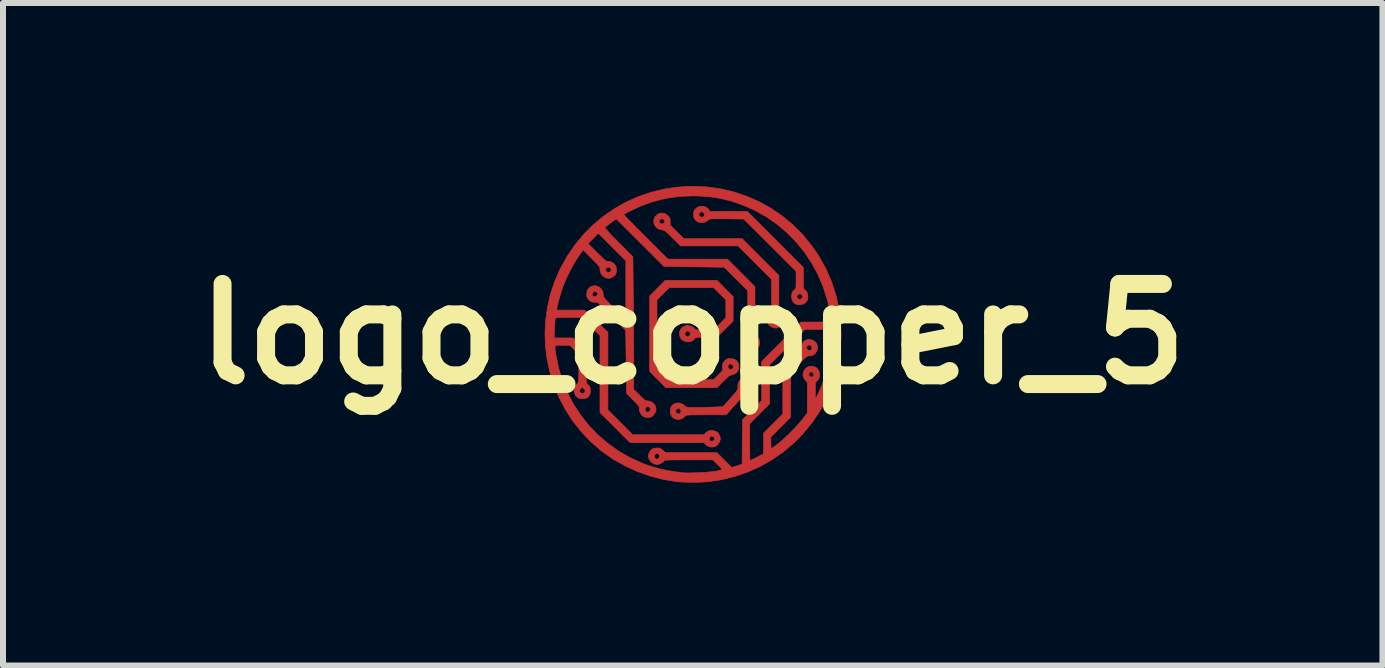
<source format=kicad_pcb>
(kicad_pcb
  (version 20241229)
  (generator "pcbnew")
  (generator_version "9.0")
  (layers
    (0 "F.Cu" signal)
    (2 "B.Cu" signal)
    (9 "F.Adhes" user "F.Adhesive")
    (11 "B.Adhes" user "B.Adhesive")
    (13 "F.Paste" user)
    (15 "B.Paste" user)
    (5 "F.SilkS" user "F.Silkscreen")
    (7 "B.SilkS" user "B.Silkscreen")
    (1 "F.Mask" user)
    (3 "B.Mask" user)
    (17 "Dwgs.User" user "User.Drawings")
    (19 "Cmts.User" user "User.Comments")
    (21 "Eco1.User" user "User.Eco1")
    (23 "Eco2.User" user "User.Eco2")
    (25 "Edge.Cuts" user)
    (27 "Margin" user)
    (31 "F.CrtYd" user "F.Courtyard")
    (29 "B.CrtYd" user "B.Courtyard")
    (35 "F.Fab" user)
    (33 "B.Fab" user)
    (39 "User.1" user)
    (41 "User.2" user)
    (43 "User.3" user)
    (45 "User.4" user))
  (footprint "logo_copper_5"
    (layer "F.Cu")
    (at 8.498 2.518)
    (property "Reference" "logo_copper_5" (at 0 0 0) (layer "F.SilkS") (effects (font (size 1.524 1.524) (thickness 0.3))))
    (attr through_hole)
    (fp_poly (pts (xy -0.452 -2.001) (xy -0.412 -1.971) (xy -0.39 -1.947) (xy -0.379 -1.923) (xy -0.376 -1.892) (xy -0.375 -1.875) (xy -0.375 -1.815) (xy -0.261 -1.703) (xy -0.147 -1.59) (xy 0.823 -1.59) (xy 1.129 -1.284) (xy 1.436 -0.977) (xy 1.436 -0.38) (xy 1.469 -0.348) (xy 1.502 -0.305) (xy 1.516 -0.259) (xy 1.514 -0.213) (xy 1.499 -0.171) (xy 1.472 -0.136) (xy 1.437 -0.111) (xy 1.394 -0.099) (xy 1.347 -0.103) (xy 1.306 -0.121) (xy 1.269 -0.155) (xy 1.244 -0.198) (xy 1.237 -0.238) (xy 1.237 -0.238) (xy 1.33 -0.238) (xy 1.335 -0.223) (xy 1.346 -0.211) (xy 1.366 -0.193) (xy 1.38 -0.189) (xy 1.4 -0.197) (xy 1.403 -0.199) (xy 1.421 -0.218) (xy 1.424 -0.244) (xy 1.414 -0.268) (xy 1.395 -0.284) (xy 1.374 -0.285) (xy 1.354 -0.274) (xy 1.34 -0.258) (xy 1.33 -0.238) (xy 1.237 -0.238) (xy 1.243 -0.274) (xy 1.258 -0.311) (xy 1.279 -0.342) (xy 1.294 -0.354) (xy 1.3 -0.359) (xy 1.305 -0.367) (xy 1.309 -0.381) (xy 1.311 -0.404) (xy 1.313 -0.438) (xy 1.314 -0.487) (xy 1.314 -0.552) (xy 1.314 -0.636) (xy 1.314 -0.911) (xy 1.035 -1.19) (xy 0.756 -1.469) (xy -0.205 -1.469) (xy -0.337 -1.601) (xy -0.388 -1.652) (xy -0.427 -1.689) (xy -0.456 -1.713) (xy -0.477 -1.727) (xy -0.494 -1.733) (xy -0.5 -1.734) (xy -0.554 -1.743) (xy -0.598 -1.769) (xy -0.631 -1.806) (xy -0.648 -1.852) (xy -0.648 -1.866) (xy -0.557 -1.866) (xy -0.552 -1.855) (xy -0.532 -1.838) (xy -0.505 -1.836) (xy -0.48 -1.847) (xy -0.471 -1.858) (xy -0.465 -1.883) (xy -0.478 -1.905) (xy -0.505 -1.919) (xy -0.511 -1.919) (xy -0.539 -1.914) (xy -0.556 -1.894) (xy -0.557 -1.866) (xy -0.648 -1.866) (xy -0.649 -1.902) (xy -0.63 -1.952) (xy -0.629 -1.953) (xy -0.594 -1.991) (xy -0.55 -2.012) (xy -0.501 -2.016) (xy -0.452 -2.001)) (stroke (width 0.01) (type solid)) (fill yes) (layer "F.Cu"))
    (fp_poly (pts (xy 0.204 -2.122) (xy 0.247 -2.097) (xy 0.269 -2.071) (xy 0.288 -2.043) (xy 0.911 -2.043) (xy 1.378 -1.576) (xy 1.844 -1.11) (xy 1.844 -0.931) (xy 1.844 -0.864) (xy 1.845 -0.816) (xy 1.847 -0.783) (xy 1.85 -0.762) (xy 1.855 -0.75) (xy 1.862 -0.743) (xy 1.866 -0.74) (xy 1.895 -0.713) (xy 1.914 -0.673) (xy 1.921 -0.625) (xy 1.915 -0.577) (xy 1.905 -0.552) (xy 1.875 -0.517) (xy 1.833 -0.495) (xy 1.783 -0.486) (xy 1.733 -0.493) (xy 1.709 -0.503) (xy 1.676 -0.532) (xy 1.655 -0.573) (xy 1.647 -0.619) (xy 1.648 -0.632) (xy 1.737 -0.632) (xy 1.738 -0.609) (xy 1.751 -0.592) (xy 1.776 -0.576) (xy 1.799 -0.581) (xy 1.817 -0.597) (xy 1.831 -0.619) (xy 1.826 -0.638) (xy 1.802 -0.665) (xy 1.777 -0.67) (xy 1.757 -0.658) (xy 1.737 -0.632) (xy 1.648 -0.632) (xy 1.65 -0.666) (xy 1.667 -0.707) (xy 1.696 -0.737) (xy 1.701 -0.74) (xy 1.71 -0.746) (xy 1.716 -0.757) (xy 1.72 -0.775) (xy 1.722 -0.805) (xy 1.723 -0.851) (xy 1.723 -0.898) (xy 1.723 -1.044) (xy 1.287 -1.48) (xy 0.85 -1.916) (xy 0.568 -1.92) (xy 0.481 -1.921) (xy 0.414 -1.921) (xy 0.363 -1.921) (xy 0.327 -1.92) (xy 0.301 -1.918) (xy 0.284 -1.915) (xy 0.272 -1.91) (xy 0.264 -1.904) (xy 0.261 -1.902) (xy 0.21 -1.868) (xy 0.155 -1.855) (xy 0.1 -1.862) (xy 0.077 -1.872) (xy 0.042 -1.902) (xy 0.019 -1.944) (xy 0.012 -1.988) (xy 0.102 -1.988) (xy 0.115 -1.966) (xy 0.141 -1.947) (xy 0.164 -1.948) (xy 0.181 -1.961) (xy 0.197 -1.985) (xy 0.192 -2.009) (xy 0.176 -2.027) (xy 0.15 -2.04) (xy 0.125 -2.03) (xy 0.106 -2.007) (xy 0.102 -1.988) (xy 0.012 -1.988) (xy 0.011 -1.993) (xy 0.019 -2.042) (xy 0.029 -2.065) (xy 0.063 -2.102) (xy 0.107 -2.124) (xy 0.156 -2.131) (xy 0.204 -2.122)) (stroke (width 0.01) (type solid)) (fill yes) (layer "F.Cu"))
    (fp_poly (pts (xy 0.933 0.735) (xy 0.975 0.755) (xy 1.007 0.789) (xy 1.01 0.795) (xy 1.027 0.846) (xy 1.025 0.897) (xy 1.007 0.942) (xy 0.975 0.978) (xy 0.933 1) (xy 0.896 1.005) (xy 0.883 1.007) (xy 0.868 1.014) (xy 0.85 1.027) (xy 0.825 1.05) (xy 0.793 1.085) (xy 0.749 1.132) (xy 0.71 1.176) (xy 0.558 1.347) (xy 0.224 1.347) (xy 0.129 1.347) (xy 0.054 1.348) (xy -0.004 1.348) (xy -0.047 1.35) (xy -0.078 1.352) (xy -0.099 1.354) (xy -0.112 1.358) (xy -0.12 1.363) (xy -0.124 1.367) (xy -0.161 1.402) (xy -0.21 1.421) (xy -0.262 1.423) (xy -0.31 1.408) (xy -0.349 1.376) (xy -0.37 1.33) (xy -0.375 1.292) (xy -0.286 1.292) (xy -0.269 1.319) (xy -0.244 1.333) (xy -0.219 1.326) (xy -0.203 1.307) (xy -0.193 1.288) (xy -0.198 1.272) (xy -0.208 1.258) (xy -0.226 1.241) (xy -0.243 1.239) (xy -0.258 1.245) (xy -0.282 1.265) (xy -0.286 1.292) (xy -0.375 1.292) (xy -0.375 1.284) (xy -0.369 1.231) (xy -0.346 1.192) (xy -0.309 1.165) (xy -0.257 1.149) (xy -0.205 1.153) (xy -0.157 1.174) (xy -0.124 1.206) (xy -0.114 1.213) (xy -0.096 1.219) (xy -0.068 1.223) (xy -0.028 1.225) (xy 0.027 1.226) (xy 0.097 1.225) (xy 0.185 1.223) (xy 0.293 1.219) (xy 0.317 1.219) (xy 0.506 1.211) (xy 0.631 1.07) (xy 0.676 1.018) (xy 0.709 0.98) (xy 0.731 0.952) (xy 0.744 0.931) (xy 0.751 0.914) (xy 0.753 0.898) (xy 0.752 0.879) (xy 0.752 0.879) (xy 0.753 0.872) (xy 0.842 0.872) (xy 0.855 0.894) (xy 0.878 0.913) (xy 0.898 0.913) (xy 0.918 0.898) (xy 0.936 0.875) (xy 0.933 0.853) (xy 0.916 0.833) (xy 0.89 0.821) (xy 0.865 0.83) (xy 0.846 0.853) (xy 0.842 0.872) (xy 0.753 0.872) (xy 0.755 0.835) (xy 0.767 0.797) (xy 0.767 0.796) (xy 0.797 0.76) (xy 0.838 0.738) (xy 0.885 0.729) (xy 0.933 0.735)) (stroke (width 0.01) (type solid)) (fill yes) (layer "F.Cu"))
    (fp_poly (pts (xy 0.674 -0.624) (xy 0.674 -0.215) (xy 0.403 0.055) (xy 0.224 0.055) (xy 0.157 0.055) (xy 0.109 0.056) (xy 0.076 0.058) (xy 0.055 0.061) (xy 0.043 0.066) (xy 0.036 0.073) (xy 0.033 0.077) (xy 0.005 0.108) (xy -0.035 0.126) (xy -0.081 0.132) (xy -0.128 0.124) (xy -0.169 0.105) (xy -0.2 0.073) (xy -0.204 0.067) (xy -0.221 0.014) (xy -0.22 -0.014) (xy -0.13 -0.014) (xy -0.128 0.01) (xy -0.115 0.027) (xy -0.091 0.043) (xy -0.067 0.037) (xy -0.049 0.021) (xy -0.036 -0.00031) (xy -0.04 -0.019) (xy -0.064 -0.046) (xy -0.089 -0.051) (xy -0.11 -0.039) (xy -0.13 -0.014) (xy -0.22 -0.014) (xy -0.219 -0.037) (xy -0.2 -0.082) (xy -0.166 -0.117) (xy -0.12 -0.139) (xy -0.082 -0.144) (xy -0.045 -0.138) (xy -0.008 -0.122) (xy 0.022 -0.102) (xy 0.037 -0.083) (xy 0.044 -0.076) (xy 0.059 -0.071) (xy 0.086 -0.068) (xy 0.128 -0.067) (xy 0.189 -0.066) (xy 0.196 -0.066) (xy 0.349 -0.066) (xy 0.451 -0.17) (xy 0.552 -0.273) (xy 0.552 -0.569) (xy 0.347 -0.773) (xy -0.392 -0.773) (xy -0.494 -0.671) (xy -0.596 -0.568) (xy -0.596 0.558) (xy -0.494 0.66) (xy -0.392 0.762) (xy 0.348 0.762) (xy 0.497 0.612) (xy 0.497 0.548) (xy 0.497 0.533) (xy 0.587 0.533) (xy 0.592 0.561) (xy 0.604 0.576) (xy 0.623 0.593) (xy 0.64 0.593) (xy 0.662 0.574) (xy 0.663 0.573) (xy 0.679 0.555) (xy 0.678 0.54) (xy 0.67 0.527) (xy 0.646 0.503) (xy 0.619 0.5) (xy 0.601 0.508) (xy 0.587 0.533) (xy 0.497 0.533) (xy 0.498 0.51) (xy 0.504 0.484) (xy 0.519 0.463) (xy 0.535 0.446) (xy 0.562 0.422) (xy 0.589 0.411) (xy 0.623 0.409) (xy 0.682 0.416) (xy 0.725 0.439) (xy 0.755 0.479) (xy 0.756 0.481) (xy 0.77 0.533) (xy 0.766 0.584) (xy 0.745 0.628) (xy 0.709 0.661) (xy 0.661 0.68) (xy 0.655 0.681) (xy 0.634 0.686) (xy 0.613 0.695) (xy 0.59 0.712) (xy 0.559 0.74) (xy 0.518 0.78) (xy 0.507 0.791) (xy 0.404 0.895) (xy -0.448 0.895) (xy -0.583 0.759) (xy -0.718 0.624) (xy -0.718 -0.635) (xy -0.588 -0.765) (xy -0.459 -0.895) (xy 0.403 -0.895) (xy 0.674 -0.624)) (stroke (width 0.01) (type solid)) (fill yes) (layer "F.Cu"))
    (fp_poly (pts (xy 0.238 -2.452) (xy 0.466 -2.42) (xy 0.687 -2.368) (xy 0.901 -2.296) (xy 1.107 -2.206) (xy 1.303 -2.097) (xy 1.488 -1.971) (xy 1.661 -1.828) (xy 1.821 -1.67) (xy 1.967 -1.495) (xy 2.098 -1.307) (xy 2.212 -1.104) (xy 2.22 -1.088) (xy 2.312 -0.878) (xy 2.383 -0.661) (xy 2.434 -0.439) (xy 2.464 -0.214) (xy 2.474 0.012) (xy 2.463 0.239) (xy 2.432 0.463) (xy 2.38 0.685) (xy 2.308 0.901) (xy 2.226 1.088) (xy 2.115 1.292) (xy 1.986 1.482) (xy 1.842 1.658) (xy 1.683 1.819) (xy 1.51 1.965) (xy 1.325 2.094) (xy 1.128 2.206) (xy 0.921 2.299) (xy 0.704 2.374) (xy 0.48 2.429) (xy 0.263 2.462) (xy 0.195 2.467) (xy 0.112 2.471) (xy 0.02 2.472) (xy -0.073 2.471) (xy -0.161 2.469) (xy -0.238 2.464) (xy -0.271 2.461) (xy -0.49 2.425) (xy -0.707 2.369) (xy -0.92 2.294) (xy -1.126 2.2) (xy -1.322 2.09) (xy -1.504 1.963) (xy -1.541 1.934) (xy -1.712 1.783) (xy -1.867 1.618) (xy -2.005 1.442) (xy -2.125 1.255) (xy -2.228 1.059) (xy -2.312 0.855) (xy -2.378 0.645) (xy -2.426 0.431) (xy -2.454 0.212) (xy -2.46 0.066) (xy -2.311 0.066) (xy -1.994 0.066) (xy -1.886 0.174) (xy -1.778 0.281) (xy -1.778 0.549) (xy -1.778 0.633) (xy -1.777 0.698) (xy -1.776 0.746) (xy -1.775 0.78) (xy -1.772 0.803) (xy -1.768 0.817) (xy -1.763 0.826) (xy -1.758 0.83) (xy -1.723 0.868) (xy -1.705 0.914) (xy -1.702 0.963) (xy -1.716 1.01) (xy -1.744 1.049) (xy -1.769 1.067) (xy -1.809 1.079) (xy -1.857 1.08) (xy -1.902 1.07) (xy -1.911 1.066) (xy -1.947 1.035) (xy -1.969 0.994) (xy -1.976 0.945) (xy -1.976 0.944) (xy -1.888 0.944) (xy -1.88 0.966) (xy -1.86 0.985) (xy -1.84 0.994) (xy -1.822 0.986) (xy -1.806 0.972) (xy -1.793 0.955) (xy -1.794 0.94) (xy -1.804 0.922) (xy -1.822 0.902) (xy -1.838 0.895) (xy -1.86 0.903) (xy -1.88 0.923) (xy -1.888 0.944) (xy -1.976 0.944) (xy -1.969 0.896) (xy -1.946 0.851) (xy -1.922 0.826) (xy -1.915 0.818) (xy -1.909 0.809) (xy -1.905 0.794) (xy -1.902 0.77) (xy -1.901 0.736) (xy -1.9 0.687) (xy -1.9 0.621) (xy -1.899 0.572) (xy -1.899 0.337) (xy -1.974 0.263) (xy -2.048 0.188) (xy -2.173 0.188) (xy -2.224 0.187) (xy -2.26 0.188) (xy -2.283 0.194) (xy -2.294 0.208) (xy -2.296 0.233) (xy -2.292 0.273) (xy -2.283 0.331) (xy -2.28 0.347) (xy -2.237 0.565) (xy -2.173 0.775) (xy -2.089 0.977) (xy -1.987 1.17) (xy -1.868 1.352) (xy -1.733 1.523) (xy -1.582 1.68) (xy -1.417 1.822) (xy -1.239 1.95) (xy -1.048 2.06) (xy -0.846 2.152) (xy -0.801 2.17) (xy -0.712 2.201) (xy -0.612 2.23) (xy -0.509 2.256) (xy -0.41 2.278) (xy -0.321 2.293) (xy -0.298 2.296) (xy -0.248 2.302) (xy -0.203 2.307) (xy -0.17 2.311) (xy -0.16 2.313) (xy -0.126 2.315) (xy -0.075 2.316) (xy -0.012 2.315) (xy 0.059 2.313) (xy 0.133 2.31) (xy 0.206 2.305) (xy 0.271 2.3) (xy 0.325 2.295) (xy 0.348 2.292) (xy 0.41 2.282) (xy 0.453 2.274) (xy 0.476 2.266) (xy 0.483 2.255) (xy 0.474 2.238) (xy 0.451 2.213) (xy 0.418 2.18) (xy 0.337 2.098) (xy -0.068 2.098) (xy -0.174 2.098) (xy -0.261 2.099) (xy -0.33 2.099) (xy -0.383 2.101) (xy -0.422 2.102) (xy -0.449 2.104) (xy -0.466 2.107) (xy -0.475 2.111) (xy -0.479 2.115) (xy -0.496 2.136) (xy -0.528 2.156) (xy -0.565 2.171) (xy -0.596 2.175) (xy -0.646 2.165) (xy -0.689 2.138) (xy -0.722 2.097) (xy -0.739 2.049) (xy -0.739 2.044) (xy -0.638 2.044) (xy -0.628 2.069) (xy -0.623 2.073) (xy -0.604 2.084) (xy -0.596 2.087) (xy -0.583 2.081) (xy -0.57 2.073) (xy -0.555 2.052) (xy -0.555 2.027) (xy -0.566 2.005) (xy -0.585 1.991) (xy -0.609 1.991) (xy -0.616 1.995) (xy -0.634 2.016) (xy -0.638 2.044) (xy -0.739 2.044) (xy -0.74 2.031) (xy -0.732 1.993) (xy -0.711 1.953) (xy -0.684 1.923) (xy -0.673 1.916) (xy -0.642 1.905) (xy -0.603 1.9) (xy -0.591 1.899) (xy -0.556 1.902) (xy -0.529 1.914) (xy -0.498 1.938) (xy -0.456 1.977) (xy 0.403 1.977) (xy 0.527 2.101) (xy 0.651 2.224) (xy 0.737 2.197) (xy 0.823 2.169) (xy 0.826 1.799) (xy 0.828 1.496) (xy 0.95 1.496) (xy 0.95 1.803) (xy 0.95 1.882) (xy 0.951 1.954) (xy 0.952 2.016) (xy 0.953 2.064) (xy 0.954 2.096) (xy 0.956 2.109) (xy 0.956 2.109) (xy 0.968 2.105) (xy 0.995 2.092) (xy 1.034 2.073) (xy 1.072 2.053) (xy 1.182 1.997) (xy 1.182 1.651) (xy 1.342 1.491) (xy 1.502 1.331) (xy 1.502 0.579) (xy 1.655 0.427) (xy 1.708 0.374) (xy 1.747 0.333) (xy 1.774 0.303) (xy 1.791 0.281) (xy 1.8 0.265) (xy 1.803 0.252) (xy 1.803 0.244) (xy 1.803 0.234) (xy 1.9 0.234) (xy 1.91 0.259) (xy 1.931 0.274) (xy 1.944 0.276) (xy 1.967 0.269) (xy 1.975 0.263) (xy 1.988 0.238) (xy 1.985 0.212) (xy 1.97 0.191) (xy 1.946 0.182) (xy 1.922 0.188) (xy 1.903 0.208) (xy 1.9 0.234) (xy 1.803 0.234) (xy 1.806 0.2) (xy 1.825 0.156) (xy 1.856 0.12) (xy 1.868 0.111) (xy 1.918 0.092) (xy 1.969 0.092) (xy 2.016 0.109) (xy 2.054 0.142) (xy 2.072 0.173) (xy 2.084 0.226) (xy 2.073 0.277) (xy 2.042 0.324) (xy 2.038 0.328) (xy 2.009 0.352) (xy 1.981 0.363) (xy 1.953 0.364) (xy 1.935 0.365) (xy 1.919 0.368) (xy 1.903 0.376) (xy 1.882 0.392) (xy 1.855 0.416) (xy 1.818 0.452) (xy 1.77 0.5) (xy 1.634 0.635) (xy 1.634 1.386) (xy 1.303 1.717) (xy 1.303 1.814) (xy 1.304 1.857) (xy 1.306 1.89) (xy 1.308 1.908) (xy 1.309 1.911) (xy 1.32 1.904) (xy 1.345 1.887) (xy 1.379 1.863) (xy 1.406 1.842) (xy 1.461 1.798) (xy 1.526 1.74) (xy 1.596 1.674) (xy 1.666 1.603) (xy 1.733 1.533) (xy 1.792 1.468) (xy 1.838 1.411) (xy 1.842 1.406) (xy 1.911 1.315) (xy 1.911 0.809) (xy 1.878 0.773) (xy 1.847 0.728) (xy 1.838 0.683) (xy 1.935 0.683) (xy 1.948 0.705) (xy 1.973 0.716) (xy 1.987 0.716) (xy 2.008 0.709) (xy 2.015 0.691) (xy 2.015 0.68) (xy 2.008 0.65) (xy 1.99 0.633) (xy 1.966 0.632) (xy 1.957 0.636) (xy 1.938 0.658) (xy 1.935 0.683) (xy 1.838 0.683) (xy 1.837 0.68) (xy 1.848 0.626) (xy 1.853 0.616) (xy 1.883 0.573) (xy 1.924 0.545) (xy 1.971 0.535) (xy 2.02 0.541) (xy 2.066 0.566) (xy 2.076 0.576) (xy 2.105 0.618) (xy 2.116 0.667) (xy 2.112 0.716) (xy 2.092 0.76) (xy 2.07 0.783) (xy 2.059 0.792) (xy 2.051 0.804) (xy 2.047 0.82) (xy 2.044 0.847) (xy 2.044 0.888) (xy 2.044 0.946) (xy 2.044 1.088) (xy 2.086 1.005) (xy 2.139 0.889) (xy 2.188 0.758) (xy 2.232 0.619) (xy 2.267 0.478) (xy 2.292 0.347) (xy 2.299 0.293) (xy 2.305 0.225) (xy 2.311 0.152) (xy 2.315 0.082) (xy 2.315 0.08) (xy 2.323 -0.077) (xy 1.872 -0.077) (xy 1.576 0.218) (xy 1.281 0.514) (xy 1.281 1.165) (xy 0.95 1.496) (xy 0.828 1.496) (xy 0.829 1.43) (xy 0.989 1.27) (xy 1.149 1.11) (xy 1.149 0.458) (xy 1.477 0.13) (xy 1.806 -0.199) (xy 2.051 -0.199) (xy 2.127 -0.199) (xy 2.194 -0.201) (xy 2.246 -0.203) (xy 2.283 -0.205) (xy 2.301 -0.208) (xy 2.302 -0.209) (xy 2.304 -0.226) (xy 2.301 -0.26) (xy 2.295 -0.308) (xy 2.286 -0.365) (xy 2.275 -0.427) (xy 2.262 -0.49) (xy 2.248 -0.55) (xy 2.243 -0.57) (xy 2.175 -0.784) (xy 2.088 -0.99) (xy 1.983 -1.184) (xy 1.861 -1.367) (xy 1.722 -1.537) (xy 1.568 -1.693) (xy 1.4 -1.834) (xy 1.219 -1.959) (xy 1.026 -2.066) (xy 0.821 -2.155) (xy 0.813 -2.158) (xy 0.641 -2.216) (xy 0.474 -2.258) (xy 0.305 -2.285) (xy 0.128 -2.299) (xy 0.006 -2.302) (xy -0.181 -2.296) (xy -0.354 -2.277) (xy -0.522 -2.245) (xy -0.69 -2.198) (xy -0.802 -2.158) (xy -0.849 -2.14) (xy -0.903 -2.117) (xy -0.959 -2.091) (xy -1.014 -2.065) (xy -1.064 -2.041) (xy -1.106 -2.019) (xy -1.135 -2.002) (xy -1.148 -1.992) (xy -1.149 -1.991) (xy -1.141 -1.981) (xy -1.119 -1.958) (xy -1.085 -1.922) (xy -1.04 -1.876) (xy -0.985 -1.82) (xy -0.922 -1.756) (xy -0.852 -1.686) (xy -0.781 -1.615) (xy -0.414 -1.248) (xy 0.58 -1.248) (xy 0.809 -1.019) (xy 1.038 -0.789) (xy 1.038 0.003) (xy 1.077 0.046) (xy 1.107 0.091) (xy 1.117 0.138) (xy 1.112 0.182) (xy 1.093 0.222) (xy 1.063 0.254) (xy 1.026 0.276) (xy 0.982 0.285) (xy 0.936 0.277) (xy 0.89 0.252) (xy 0.882 0.245) (xy 0.855 0.207) (xy 0.842 0.161) (xy 0.842 0.155) (xy 0.934 0.155) (xy 0.939 0.166) (xy 0.959 0.183) (xy 0.986 0.185) (xy 1.011 0.173) (xy 1.02 0.163) (xy 1.026 0.138) (xy 1.013 0.116) (xy 0.986 0.102) (xy 0.98 0.101) (xy 0.952 0.107) (xy 0.935 0.127) (xy 0.934 0.155) (xy 0.842 0.155) (xy 0.844 0.113) (xy 0.859 0.068) (xy 0.889 0.034) (xy 0.895 0.03) (xy 0.901 0.026) (xy 0.905 0.019) (xy 0.909 0.007) (xy 0.912 -0.011) (xy 0.914 -0.039) (xy 0.915 -0.078) (xy 0.916 -0.131) (xy 0.916 -0.2) (xy 0.917 -0.287) (xy 0.917 -0.353) (xy 0.917 -0.724) (xy 0.721 -0.918) (xy 0.525 -1.113) (xy 0.022 -1.12) (xy -0.48 -1.127) (xy -1.276 -1.921) (xy -1.364 -1.854) (xy -1.402 -1.825) (xy -1.435 -1.8) (xy -1.457 -1.783) (xy -1.463 -1.777) (xy -1.458 -1.766) (xy -1.439 -1.741) (xy -1.404 -1.702) (xy -1.355 -1.649) (xy -1.292 -1.585) (xy -1.235 -1.527) (xy -0.997 -1.287) (xy -0.99 -0.53) (xy -0.989 -0.391) (xy -0.987 -0.248) (xy -0.986 -0.107) (xy -0.985 0.032) (xy -0.985 0.164) (xy -0.984 0.287) (xy -0.983 0.397) (xy -0.983 0.491) (xy -0.983 0.567) (xy -0.983 0.574) (xy -0.983 0.923) (xy -0.886 1.019) (xy -0.844 1.06) (xy -0.813 1.088) (xy -0.791 1.105) (xy -0.772 1.113) (xy -0.754 1.115) (xy -0.751 1.115) (xy -0.7 1.125) (xy -0.658 1.152) (xy -0.627 1.192) (xy -0.612 1.24) (xy -0.613 1.279) (xy -0.627 1.314) (xy -0.651 1.349) (xy -0.657 1.355) (xy -0.683 1.378) (xy -0.708 1.389) (xy -0.743 1.391) (xy -0.749 1.391) (xy -0.79 1.388) (xy -0.821 1.376) (xy -0.838 1.364) (xy -0.867 1.329) (xy -0.886 1.287) (xy -0.888 1.274) (xy -0.792 1.274) (xy -0.778 1.295) (xy -0.751 1.303) (xy -0.728 1.296) (xy -0.72 1.29) (xy -0.707 1.265) (xy -0.709 1.241) (xy -0.722 1.221) (xy -0.742 1.21) (xy -0.766 1.215) (xy -0.774 1.221) (xy -0.791 1.247) (xy -0.792 1.274) (xy -0.888 1.274) (xy -0.892 1.246) (xy -0.89 1.233) (xy -0.89 1.22) (xy -0.898 1.204) (xy -0.916 1.181) (xy -0.945 1.149) (xy -0.988 1.105) (xy -0.993 1.1) (xy -1.102 0.992) (xy -1.117 -0.061) (xy -1.351 -0.295) (xy -1.585 -0.53) (xy -1.638 -0.53) (xy -1.675 -0.533) (xy -1.701 -0.543) (xy -1.728 -0.566) (xy -1.729 -0.568) (xy -1.753 -0.594) (xy -1.764 -0.618) (xy -1.767 -0.652) (xy -1.676 -0.652) (xy -1.667 -0.634) (xy -1.644 -0.621) (xy -1.617 -0.626) (xy -1.594 -0.647) (xy -1.593 -0.648) (xy -1.584 -0.667) (xy -1.589 -0.682) (xy -1.601 -0.696) (xy -1.62 -0.711) (xy -1.635 -0.711) (xy -1.649 -0.704) (xy -1.672 -0.679) (xy -1.676 -0.652) (xy -1.767 -0.652) (xy -1.767 -0.652) (xy -1.767 -0.662) (xy -1.76 -0.719) (xy -1.737 -0.761) (xy -1.7 -0.79) (xy -1.649 -0.805) (xy -1.599 -0.801) (xy -1.555 -0.78) (xy -1.519 -0.746) (xy -1.497 -0.699) (xy -1.491 -0.657) (xy -1.49 -0.642) (xy -1.487 -0.629) (xy -1.48 -0.613) (xy -1.466 -0.594) (xy -1.444 -0.569) (xy -1.413 -0.535) (xy -1.369 -0.491) (xy -1.312 -0.434) (xy -1.303 -0.425) (xy -1.115 -0.238) (xy -1.115 -1.221) (xy -1.574 -1.679) (xy -1.659 -1.593) (xy -1.745 -1.507) (xy -1.592 -1.355) (xy -1.534 -1.298) (xy -1.49 -1.256) (xy -1.457 -1.228) (xy -1.435 -1.213) (xy -1.423 -1.21) (xy -1.422 -1.21) (xy -1.392 -1.211) (xy -1.356 -1.2) (xy -1.32 -1.178) (xy -1.298 -1.158) (xy -1.277 -1.117) (xy -1.27 -1.067) (xy -1.277 -1.017) (xy -1.286 -0.995) (xy -1.311 -0.966) (xy -1.348 -0.942) (xy -1.388 -0.929) (xy -1.402 -0.928) (xy -1.453 -0.938) (xy -1.496 -0.966) (xy -1.528 -1.007) (xy -1.545 -1.057) (xy -1.546 -1.07) (xy -1.453 -1.07) (xy -1.446 -1.048) (xy -1.426 -1.031) (xy -1.399 -1.028) (xy -1.373 -1.039) (xy -1.372 -1.04) (xy -1.359 -1.065) (xy -1.363 -1.089) (xy -1.381 -1.107) (xy -1.409 -1.113) (xy -1.418 -1.111) (xy -1.445 -1.096) (xy -1.453 -1.07) (xy -1.546 -1.07) (xy -1.546 -1.077) (xy -1.547 -1.093) (xy -1.551 -1.109) (xy -1.56 -1.126) (xy -1.577 -1.147) (xy -1.603 -1.176) (xy -1.641 -1.215) (xy -1.686 -1.261) (xy -1.826 -1.401) (xy -1.863 -1.352) (xy -1.922 -1.268) (xy -1.983 -1.168) (xy -2.042 -1.059) (xy -2.098 -0.947) (xy -2.145 -0.837) (xy -2.158 -0.802) (xy -2.178 -0.747) (xy -2.197 -0.686) (xy -2.217 -0.621) (xy -2.234 -0.558) (xy -2.249 -0.502) (xy -2.259 -0.456) (xy -2.264 -0.426) (xy -2.264 -0.422) (xy -2.264 -0.398) (xy -1.803 -0.398) (xy -1.608 -0.214) (xy -1.414 -0.031) (xy -1.414 1.264) (xy -1.207 1.471) (xy -1 1.679) (xy 0.186 1.679) (xy 0.218 1.646) (xy 0.263 1.615) (xy 0.313 1.605) (xy 0.368 1.617) (xy 0.378 1.621) (xy 0.412 1.639) (xy 0.433 1.662) (xy 0.447 1.694) (xy 0.459 1.726) (xy 0.461 1.75) (xy 0.455 1.775) (xy 0.448 1.794) (xy 0.421 1.842) (xy 0.38 1.873) (xy 0.343 1.884) (xy 0.299 1.884) (xy 0.254 1.87) (xy 0.218 1.845) (xy 0.211 1.838) (xy 0.19 1.811) (xy -1.043 1.811) (xy -1.09 1.765) (xy 0.278 1.765) (xy 0.28 1.773) (xy 0.295 1.786) (xy 0.32 1.788) (xy 0.344 1.78) (xy 0.353 1.773) (xy 0.363 1.746) (xy 0.353 1.72) (xy 0.34 1.707) (xy 0.315 1.702) (xy 0.293 1.713) (xy 0.279 1.736) (xy 0.278 1.765) (xy -1.09 1.765) (xy -1.546 1.309) (xy -1.546 0.024) (xy -1.703 -0.126) (xy -1.861 -0.276) (xy -2.072 -0.276) (xy -2.147 -0.276) (xy -2.202 -0.275) (xy -2.241 -0.273) (xy -2.267 -0.271) (xy -2.282 -0.267) (xy -2.289 -0.261) (xy -2.29 -0.259) (xy -2.293 -0.242) (xy -2.297 -0.208) (xy -2.3 -0.16) (xy -2.303 -0.105) (xy -2.304 -0.088) (xy -2.311 0.066) (xy -2.46 0.066) (xy -2.463 -0.008) (xy -2.452 -0.229) (xy -2.421 -0.449) (xy -2.371 -0.668) (xy -2.299 -0.882) (xy -2.209 -1.088) (xy -2.096 -1.291) (xy -1.967 -1.481) (xy -1.822 -1.657) (xy -1.663 -1.817) (xy -1.491 -1.961) (xy -1.307 -2.088) (xy -1.112 -2.198) (xy -0.907 -2.29) (xy -0.693 -2.363) (xy -0.472 -2.417) (xy -0.245 -2.45) (xy -0.013 -2.463) (xy 0.006 -2.463) (xy 0.238 -2.452)) (stroke (width 0.01) (type solid)) (fill yes) (layer "F.Cu"))
    (fp_poly (pts (xy -0.452 -2.001) (xy -0.412 -1.971) (xy -0.39 -1.947) (xy -0.379 -1.923) (xy -0.376 -1.892) (xy -0.375 -1.875) (xy -0.375 -1.815) (xy -0.261 -1.703) (xy -0.147 -1.59) (xy 0.823 -1.59) (xy 1.129 -1.284) (xy 1.436 -0.977) (xy 1.436 -0.38) (xy 1.469 -0.348) (xy 1.502 -0.305) (xy 1.516 -0.259) (xy 1.514 -0.213) (xy 1.499 -0.171) (xy 1.472 -0.136) (xy 1.437 -0.111) (xy 1.394 -0.099) (xy 1.347 -0.103) (xy 1.306 -0.121) (xy 1.269 -0.155) (xy 1.244 -0.198) (xy 1.237 -0.238) (xy 1.237 -0.238) (xy 1.33 -0.238) (xy 1.335 -0.223) (xy 1.346 -0.211) (xy 1.366 -0.193) (xy 1.38 -0.189) (xy 1.4 -0.197) (xy 1.403 -0.199) (xy 1.421 -0.218) (xy 1.424 -0.244) (xy 1.414 -0.268) (xy 1.395 -0.284) (xy 1.374 -0.285) (xy 1.354 -0.274) (xy 1.34 -0.258) (xy 1.33 -0.238) (xy 1.237 -0.238) (xy 1.243 -0.274) (xy 1.258 -0.311) (xy 1.279 -0.342) (xy 1.294 -0.354) (xy 1.3 -0.359) (xy 1.305 -0.367) (xy 1.309 -0.381) (xy 1.311 -0.404) (xy 1.313 -0.438) (xy 1.314 -0.487) (xy 1.314 -0.552) (xy 1.314 -0.636) (xy 1.314 -0.911) (xy 1.035 -1.19) (xy 0.756 -1.469) (xy -0.205 -1.469) (xy -0.337 -1.601) (xy -0.388 -1.652) (xy -0.427 -1.689) (xy -0.456 -1.713) (xy -0.477 -1.727) (xy -0.494 -1.733) (xy -0.5 -1.734) (xy -0.554 -1.743) (xy -0.598 -1.769) (xy -0.631 -1.806) (xy -0.648 -1.852) (xy -0.648 -1.866) (xy -0.557 -1.866) (xy -0.552 -1.855) (xy -0.532 -1.838) (xy -0.505 -1.836) (xy -0.48 -1.847) (xy -0.471 -1.858) (xy -0.465 -1.883) (xy -0.478 -1.905) (xy -0.505 -1.919) (xy -0.511 -1.919) (xy -0.539 -1.914) (xy -0.556 -1.894) (xy -0.557 -1.866) (xy -0.648 -1.866) (xy -0.649 -1.902) (xy -0.63 -1.952) (xy -0.629 -1.953) (xy -0.594 -1.991) (xy -0.55 -2.012) (xy -0.501 -2.016) (xy -0.452 -2.001)) (stroke (width 0.11) (type solid)) (fill yes) (layer "F.Mask"))
    (fp_poly (pts (xy 0.204 -2.122) (xy 0.247 -2.097) (xy 0.269 -2.071) (xy 0.288 -2.043) (xy 0.911 -2.043) (xy 1.378 -1.576) (xy 1.844 -1.11) (xy 1.844 -0.931) (xy 1.844 -0.864) (xy 1.845 -0.816) (xy 1.847 -0.783) (xy 1.85 -0.762) (xy 1.855 -0.75) (xy 1.862 -0.743) (xy 1.866 -0.74) (xy 1.895 -0.713) (xy 1.914 -0.673) (xy 1.921 -0.625) (xy 1.915 -0.577) (xy 1.905 -0.552) (xy 1.875 -0.517) (xy 1.833 -0.495) (xy 1.783 -0.486) (xy 1.733 -0.493) (xy 1.709 -0.503) (xy 1.676 -0.532) (xy 1.655 -0.573) (xy 1.647 -0.619) (xy 1.648 -0.632) (xy 1.737 -0.632) (xy 1.738 -0.609) (xy 1.751 -0.592) (xy 1.776 -0.576) (xy 1.799 -0.581) (xy 1.817 -0.597) (xy 1.831 -0.619) (xy 1.826 -0.638) (xy 1.802 -0.665) (xy 1.777 -0.67) (xy 1.757 -0.658) (xy 1.737 -0.632) (xy 1.648 -0.632) (xy 1.65 -0.666) (xy 1.667 -0.707) (xy 1.696 -0.737) (xy 1.701 -0.74) (xy 1.71 -0.746) (xy 1.716 -0.757) (xy 1.72 -0.775) (xy 1.722 -0.805) (xy 1.723 -0.851) (xy 1.723 -0.898) (xy 1.723 -1.044) (xy 1.287 -1.48) (xy 0.85 -1.916) (xy 0.568 -1.92) (xy 0.481 -1.921) (xy 0.414 -1.921) (xy 0.363 -1.921) (xy 0.327 -1.92) (xy 0.301 -1.918) (xy 0.284 -1.915) (xy 0.272 -1.91) (xy 0.264 -1.904) (xy 0.261 -1.902) (xy 0.21 -1.868) (xy 0.155 -1.855) (xy 0.1 -1.862) (xy 0.077 -1.872) (xy 0.042 -1.902) (xy 0.019 -1.944) (xy 0.012 -1.988) (xy 0.102 -1.988) (xy 0.115 -1.966) (xy 0.141 -1.947) (xy 0.164 -1.948) (xy 0.181 -1.961) (xy 0.197 -1.985) (xy 0.192 -2.009) (xy 0.176 -2.027) (xy 0.15 -2.04) (xy 0.125 -2.03) (xy 0.106 -2.007) (xy 0.102 -1.988) (xy 0.012 -1.988) (xy 0.011 -1.993) (xy 0.019 -2.042) (xy 0.029 -2.065) (xy 0.063 -2.102) (xy 0.107 -2.124) (xy 0.156 -2.131) (xy 0.204 -2.122)) (stroke (width 0.11) (type solid)) (fill yes) (layer "F.Mask"))
    (fp_poly (pts (xy 0.933 0.735) (xy 0.975 0.755) (xy 1.007 0.789) (xy 1.01 0.795) (xy 1.027 0.846) (xy 1.025 0.897) (xy 1.007 0.942) (xy 0.975 0.978) (xy 0.933 1) (xy 0.896 1.005) (xy 0.883 1.007) (xy 0.868 1.014) (xy 0.85 1.027) (xy 0.825 1.05) (xy 0.793 1.085) (xy 0.749 1.132) (xy 0.71 1.176) (xy 0.558 1.347) (xy 0.224 1.347) (xy 0.129 1.347) (xy 0.054 1.348) (xy -0.004 1.348) (xy -0.047 1.35) (xy -0.078 1.352) (xy -0.099 1.354) (xy -0.112 1.358) (xy -0.12 1.363) (xy -0.124 1.367) (xy -0.161 1.402) (xy -0.21 1.421) (xy -0.262 1.423) (xy -0.31 1.408) (xy -0.349 1.376) (xy -0.37 1.33) (xy -0.375 1.292) (xy -0.286 1.292) (xy -0.269 1.319) (xy -0.244 1.333) (xy -0.219 1.326) (xy -0.203 1.307) (xy -0.193 1.288) (xy -0.198 1.272) (xy -0.208 1.258) (xy -0.226 1.241) (xy -0.243 1.239) (xy -0.258 1.245) (xy -0.282 1.265) (xy -0.286 1.292) (xy -0.375 1.292) (xy -0.375 1.284) (xy -0.369 1.231) (xy -0.346 1.192) (xy -0.309 1.165) (xy -0.257 1.149) (xy -0.205 1.153) (xy -0.157 1.174) (xy -0.124 1.206) (xy -0.114 1.213) (xy -0.096 1.219) (xy -0.068 1.223) (xy -0.028 1.225) (xy 0.027 1.226) (xy 0.097 1.225) (xy 0.185 1.223) (xy 0.293 1.219) (xy 0.317 1.219) (xy 0.506 1.211) (xy 0.631 1.07) (xy 0.676 1.018) (xy 0.709 0.98) (xy 0.731 0.952) (xy 0.744 0.931) (xy 0.751 0.914) (xy 0.753 0.898) (xy 0.752 0.879) (xy 0.752 0.879) (xy 0.753 0.872) (xy 0.842 0.872) (xy 0.855 0.894) (xy 0.878 0.913) (xy 0.898 0.913) (xy 0.918 0.898) (xy 0.936 0.875) (xy 0.933 0.853) (xy 0.916 0.833) (xy 0.89 0.821) (xy 0.865 0.83) (xy 0.846 0.853) (xy 0.842 0.872) (xy 0.753 0.872) (xy 0.755 0.835) (xy 0.767 0.797) (xy 0.767 0.796) (xy 0.797 0.76) (xy 0.838 0.738) (xy 0.885 0.729) (xy 0.933 0.735)) (stroke (width 0.11) (type solid)) (fill yes) (layer "F.Mask"))
    (fp_poly (pts (xy 0.674 -0.624) (xy 0.674 -0.215) (xy 0.403 0.055) (xy 0.224 0.055) (xy 0.157 0.055) (xy 0.109 0.056) (xy 0.076 0.058) (xy 0.055 0.061) (xy 0.043 0.066) (xy 0.036 0.073) (xy 0.033 0.077) (xy 0.005 0.108) (xy -0.035 0.126) (xy -0.081 0.132) (xy -0.128 0.124) (xy -0.169 0.105) (xy -0.2 0.073) (xy -0.204 0.067) (xy -0.221 0.014) (xy -0.22 -0.014) (xy -0.13 -0.014) (xy -0.128 0.01) (xy -0.115 0.027) (xy -0.091 0.043) (xy -0.067 0.037) (xy -0.049 0.021) (xy -0.036 -0.00031) (xy -0.04 -0.019) (xy -0.064 -0.046) (xy -0.089 -0.051) (xy -0.11 -0.039) (xy -0.13 -0.014) (xy -0.22 -0.014) (xy -0.219 -0.037) (xy -0.2 -0.082) (xy -0.166 -0.117) (xy -0.12 -0.139) (xy -0.082 -0.144) (xy -0.045 -0.138) (xy -0.008 -0.122) (xy 0.022 -0.102) (xy 0.037 -0.083) (xy 0.044 -0.076) (xy 0.059 -0.071) (xy 0.086 -0.068) (xy 0.128 -0.067) (xy 0.189 -0.066) (xy 0.196 -0.066) (xy 0.349 -0.066) (xy 0.451 -0.17) (xy 0.552 -0.273) (xy 0.552 -0.569) (xy 0.347 -0.773) (xy -0.392 -0.773) (xy -0.494 -0.671) (xy -0.596 -0.568) (xy -0.596 0.558) (xy -0.494 0.66) (xy -0.392 0.762) (xy 0.348 0.762) (xy 0.497 0.612) (xy 0.497 0.548) (xy 0.497 0.533) (xy 0.587 0.533) (xy 0.592 0.561) (xy 0.604 0.576) (xy 0.623 0.593) (xy 0.64 0.593) (xy 0.662 0.574) (xy 0.663 0.573) (xy 0.679 0.555) (xy 0.678 0.54) (xy 0.67 0.527) (xy 0.646 0.503) (xy 0.619 0.5) (xy 0.601 0.508) (xy 0.587 0.533) (xy 0.497 0.533) (xy 0.498 0.51) (xy 0.504 0.484) (xy 0.519 0.463) (xy 0.535 0.446) (xy 0.562 0.422) (xy 0.589 0.411) (xy 0.623 0.409) (xy 0.682 0.416) (xy 0.725 0.439) (xy 0.755 0.479) (xy 0.756 0.481) (xy 0.77 0.533) (xy 0.766 0.584) (xy 0.745 0.628) (xy 0.709 0.661) (xy 0.661 0.68) (xy 0.655 0.681) (xy 0.634 0.686) (xy 0.613 0.695) (xy 0.59 0.712) (xy 0.559 0.74) (xy 0.518 0.78) (xy 0.507 0.791) (xy 0.404 0.895) (xy -0.448 0.895) (xy -0.583 0.759) (xy -0.718 0.624) (xy -0.718 -0.635) (xy -0.588 -0.765) (xy -0.459 -0.895) (xy 0.403 -0.895) (xy 0.674 -0.624)) (stroke (width 0.11) (type solid)) (fill yes) (layer "F.Mask"))
    (fp_poly (pts (xy 0.238 -2.452) (xy 0.466 -2.42) (xy 0.687 -2.368) (xy 0.901 -2.296) (xy 1.107 -2.206) (xy 1.303 -2.097) (xy 1.488 -1.971) (xy 1.661 -1.828) (xy 1.821 -1.67) (xy 1.967 -1.495) (xy 2.098 -1.307) (xy 2.212 -1.104) (xy 2.22 -1.088) (xy 2.312 -0.878) (xy 2.383 -0.661) (xy 2.434 -0.439) (xy 2.464 -0.214) (xy 2.474 0.012) (xy 2.463 0.239) (xy 2.432 0.463) (xy 2.38 0.685) (xy 2.308 0.901) (xy 2.226 1.088) (xy 2.115 1.292) (xy 1.986 1.482) (xy 1.842 1.658) (xy 1.683 1.819) (xy 1.51 1.965) (xy 1.325 2.094) (xy 1.128 2.206) (xy 0.921 2.299) (xy 0.704 2.374) (xy 0.48 2.429) (xy 0.263 2.462) (xy 0.195 2.467) (xy 0.112 2.471) (xy 0.02 2.472) (xy -0.073 2.471) (xy -0.161 2.469) (xy -0.238 2.464) (xy -0.271 2.461) (xy -0.49 2.425) (xy -0.707 2.369) (xy -0.92 2.294) (xy -1.126 2.2) (xy -1.322 2.09) (xy -1.504 1.963) (xy -1.541 1.934) (xy -1.712 1.783) (xy -1.867 1.618) (xy -2.005 1.442) (xy -2.125 1.255) (xy -2.228 1.059) (xy -2.312 0.855) (xy -2.378 0.645) (xy -2.426 0.431) (xy -2.454 0.212) (xy -2.46 0.066) (xy -2.311 0.066) (xy -1.994 0.066) (xy -1.886 0.174) (xy -1.778 0.281) (xy -1.778 0.549) (xy -1.778 0.633) (xy -1.777 0.698) (xy -1.776 0.746) (xy -1.775 0.78) (xy -1.772 0.803) (xy -1.768 0.817) (xy -1.763 0.826) (xy -1.758 0.83) (xy -1.723 0.868) (xy -1.705 0.914) (xy -1.702 0.963) (xy -1.716 1.01) (xy -1.744 1.049) (xy -1.769 1.067) (xy -1.809 1.079) (xy -1.857 1.08) (xy -1.902 1.07) (xy -1.911 1.066) (xy -1.947 1.035) (xy -1.969 0.994) (xy -1.976 0.945) (xy -1.976 0.944) (xy -1.888 0.944) (xy -1.88 0.966) (xy -1.86 0.985) (xy -1.84 0.994) (xy -1.822 0.986) (xy -1.806 0.972) (xy -1.793 0.955) (xy -1.794 0.94) (xy -1.804 0.922) (xy -1.822 0.902) (xy -1.838 0.895) (xy -1.86 0.903) (xy -1.88 0.923) (xy -1.888 0.944) (xy -1.976 0.944) (xy -1.969 0.896) (xy -1.946 0.851) (xy -1.922 0.826) (xy -1.915 0.818) (xy -1.909 0.809) (xy -1.905 0.794) (xy -1.902 0.77) (xy -1.901 0.736) (xy -1.9 0.687) (xy -1.9 0.621) (xy -1.899 0.572) (xy -1.899 0.337) (xy -1.974 0.263) (xy -2.048 0.188) (xy -2.173 0.188) (xy -2.224 0.187) (xy -2.26 0.188) (xy -2.283 0.194) (xy -2.294 0.208) (xy -2.296 0.233) (xy -2.292 0.273) (xy -2.283 0.331) (xy -2.28 0.347) (xy -2.237 0.565) (xy -2.173 0.775) (xy -2.089 0.977) (xy -1.987 1.17) (xy -1.868 1.352) (xy -1.733 1.523) (xy -1.582 1.68) (xy -1.417 1.822) (xy -1.239 1.95) (xy -1.048 2.06) (xy -0.846 2.152) (xy -0.801 2.17) (xy -0.712 2.201) (xy -0.612 2.23) (xy -0.509 2.256) (xy -0.41 2.278) (xy -0.321 2.293) (xy -0.298 2.296) (xy -0.248 2.302) (xy -0.203 2.307) (xy -0.17 2.311) (xy -0.16 2.313) (xy -0.126 2.315) (xy -0.075 2.316) (xy -0.012 2.315) (xy 0.059 2.313) (xy 0.133 2.31) (xy 0.206 2.305) (xy 0.271 2.3) (xy 0.325 2.295) (xy 0.348 2.292) (xy 0.41 2.282) (xy 0.453 2.274) (xy 0.476 2.266) (xy 0.483 2.255) (xy 0.474 2.238) (xy 0.451 2.213) (xy 0.418 2.18) (xy 0.337 2.098) (xy -0.068 2.098) (xy -0.174 2.098) (xy -0.261 2.099) (xy -0.33 2.099) (xy -0.383 2.101) (xy -0.422 2.102) (xy -0.449 2.104) (xy -0.466 2.107) (xy -0.475 2.111) (xy -0.479 2.115) (xy -0.496 2.136) (xy -0.528 2.156) (xy -0.565 2.171) (xy -0.596 2.175) (xy -0.646 2.165) (xy -0.689 2.138) (xy -0.722 2.097) (xy -0.739 2.049) (xy -0.739 2.044) (xy -0.638 2.044) (xy -0.628 2.069) (xy -0.623 2.073) (xy -0.604 2.084) (xy -0.596 2.087) (xy -0.583 2.081) (xy -0.57 2.073) (xy -0.555 2.052) (xy -0.555 2.027) (xy -0.566 2.005) (xy -0.585 1.991) (xy -0.609 1.991) (xy -0.616 1.995) (xy -0.634 2.016) (xy -0.638 2.044) (xy -0.739 2.044) (xy -0.74 2.031) (xy -0.732 1.993) (xy -0.711 1.953) (xy -0.684 1.923) (xy -0.673 1.916) (xy -0.642 1.905) (xy -0.603 1.9) (xy -0.591 1.899) (xy -0.556 1.902) (xy -0.529 1.914) (xy -0.498 1.938) (xy -0.456 1.977) (xy 0.403 1.977) (xy 0.527 2.101) (xy 0.651 2.224) (xy 0.737 2.197) (xy 0.823 2.169) (xy 0.826 1.799) (xy 0.828 1.496) (xy 0.95 1.496) (xy 0.95 1.803) (xy 0.95 1.882) (xy 0.951 1.954) (xy 0.952 2.016) (xy 0.953 2.064) (xy 0.954 2.096) (xy 0.956 2.109) (xy 0.956 2.109) (xy 0.968 2.105) (xy 0.995 2.092) (xy 1.034 2.073) (xy 1.072 2.053) (xy 1.182 1.997) (xy 1.182 1.651) (xy 1.342 1.491) (xy 1.502 1.331) (xy 1.502 0.579) (xy 1.655 0.427) (xy 1.708 0.374) (xy 1.747 0.333) (xy 1.774 0.303) (xy 1.791 0.281) (xy 1.8 0.265) (xy 1.803 0.252) (xy 1.803 0.244) (xy 1.803 0.234) (xy 1.9 0.234) (xy 1.91 0.259) (xy 1.931 0.274) (xy 1.944 0.276) (xy 1.967 0.269) (xy 1.975 0.263) (xy 1.988 0.238) (xy 1.985 0.212) (xy 1.97 0.191) (xy 1.946 0.182) (xy 1.922 0.188) (xy 1.903 0.208) (xy 1.9 0.234) (xy 1.803 0.234) (xy 1.806 0.2) (xy 1.825 0.156) (xy 1.856 0.12) (xy 1.868 0.111) (xy 1.918 0.092) (xy 1.969 0.092) (xy 2.016 0.109) (xy 2.054 0.142) (xy 2.072 0.173) (xy 2.084 0.226) (xy 2.073 0.277) (xy 2.042 0.324) (xy 2.038 0.328) (xy 2.009 0.352) (xy 1.981 0.363) (xy 1.953 0.364) (xy 1.935 0.365) (xy 1.919 0.368) (xy 1.903 0.376) (xy 1.882 0.392) (xy 1.855 0.416) (xy 1.818 0.452) (xy 1.77 0.5) (xy 1.634 0.635) (xy 1.634 1.386) (xy 1.303 1.717) (xy 1.303 1.814) (xy 1.304 1.857) (xy 1.306 1.89) (xy 1.308 1.908) (xy 1.309 1.911) (xy 1.32 1.904) (xy 1.345 1.887) (xy 1.379 1.863) (xy 1.406 1.842) (xy 1.461 1.798) (xy 1.526 1.74) (xy 1.596 1.674) (xy 1.666 1.603) (xy 1.733 1.533) (xy 1.792 1.468) (xy 1.838 1.411) (xy 1.842 1.406) (xy 1.911 1.315) (xy 1.911 0.809) (xy 1.878 0.773) (xy 1.847 0.728) (xy 1.838 0.683) (xy 1.935 0.683) (xy 1.948 0.705) (xy 1.973 0.716) (xy 1.987 0.716) (xy 2.008 0.709) (xy 2.015 0.691) (xy 2.015 0.68) (xy 2.008 0.65) (xy 1.99 0.633) (xy 1.966 0.632) (xy 1.957 0.636) (xy 1.938 0.658) (xy 1.935 0.683) (xy 1.838 0.683) (xy 1.837 0.68) (xy 1.848 0.626) (xy 1.853 0.616) (xy 1.883 0.573) (xy 1.924 0.545) (xy 1.971 0.535) (xy 2.02 0.541) (xy 2.066 0.566) (xy 2.076 0.576) (xy 2.105 0.618) (xy 2.116 0.667) (xy 2.112 0.716) (xy 2.092 0.76) (xy 2.07 0.783) (xy 2.059 0.792) (xy 2.051 0.804) (xy 2.047 0.82) (xy 2.044 0.847) (xy 2.044 0.888) (xy 2.044 0.946) (xy 2.044 1.088) (xy 2.086 1.005) (xy 2.139 0.889) (xy 2.188 0.758) (xy 2.232 0.619) (xy 2.267 0.478) (xy 2.292 0.347) (xy 2.299 0.293) (xy 2.305 0.225) (xy 2.311 0.152) (xy 2.315 0.082) (xy 2.315 0.08) (xy 2.323 -0.077) (xy 1.872 -0.077) (xy 1.576 0.218) (xy 1.281 0.514) (xy 1.281 1.165) (xy 0.95 1.496) (xy 0.828 1.496) (xy 0.829 1.43) (xy 0.989 1.27) (xy 1.149 1.11) (xy 1.149 0.458) (xy 1.477 0.13) (xy 1.806 -0.199) (xy 2.051 -0.199) (xy 2.127 -0.199) (xy 2.194 -0.201) (xy 2.246 -0.203) (xy 2.283 -0.205) (xy 2.301 -0.208) (xy 2.302 -0.209) (xy 2.304 -0.226) (xy 2.301 -0.26) (xy 2.295 -0.308) (xy 2.286 -0.365) (xy 2.275 -0.427) (xy 2.262 -0.49) (xy 2.248 -0.55) (xy 2.243 -0.57) (xy 2.175 -0.784) (xy 2.088 -0.99) (xy 1.983 -1.184) (xy 1.861 -1.367) (xy 1.722 -1.537) (xy 1.568 -1.693) (xy 1.4 -1.834) (xy 1.219 -1.959) (xy 1.026 -2.066) (xy 0.821 -2.155) (xy 0.813 -2.158) (xy 0.641 -2.216) (xy 0.474 -2.258) (xy 0.305 -2.285) (xy 0.128 -2.299) (xy 0.006 -2.302) (xy -0.181 -2.296) (xy -0.354 -2.277) (xy -0.522 -2.245) (xy -0.69 -2.198) (xy -0.802 -2.158) (xy -0.849 -2.14) (xy -0.903 -2.117) (xy -0.959 -2.091) (xy -1.014 -2.065) (xy -1.064 -2.041) (xy -1.106 -2.019) (xy -1.135 -2.002) (xy -1.148 -1.992) (xy -1.149 -1.991) (xy -1.141 -1.981) (xy -1.119 -1.958) (xy -1.085 -1.922) (xy -1.04 -1.876) (xy -0.985 -1.82) (xy -0.922 -1.756) (xy -0.852 -1.686) (xy -0.781 -1.615) (xy -0.414 -1.248) (xy 0.58 -1.248) (xy 0.809 -1.019) (xy 1.038 -0.789) (xy 1.038 0.003) (xy 1.077 0.046) (xy 1.107 0.091) (xy 1.117 0.138) (xy 1.112 0.182) (xy 1.093 0.222) (xy 1.063 0.254) (xy 1.026 0.276) (xy 0.982 0.285) (xy 0.936 0.277) (xy 0.89 0.252) (xy 0.882 0.245) (xy 0.855 0.207) (xy 0.842 0.161) (xy 0.842 0.155) (xy 0.934 0.155) (xy 0.939 0.166) (xy 0.959 0.183) (xy 0.986 0.185) (xy 1.011 0.173) (xy 1.02 0.163) (xy 1.026 0.138) (xy 1.013 0.116) (xy 0.986 0.102) (xy 0.98 0.101) (xy 0.952 0.107) (xy 0.935 0.127) (xy 0.934 0.155) (xy 0.842 0.155) (xy 0.844 0.113) (xy 0.859 0.068) (xy 0.889 0.034) (xy 0.895 0.03) (xy 0.901 0.026) (xy 0.905 0.019) (xy 0.909 0.007) (xy 0.912 -0.011) (xy 0.914 -0.039) (xy 0.915 -0.078) (xy 0.916 -0.131) (xy 0.916 -0.2) (xy 0.917 -0.287) (xy 0.917 -0.353) (xy 0.917 -0.724) (xy 0.721 -0.918) (xy 0.525 -1.113) (xy 0.022 -1.12) (xy -0.48 -1.127) (xy -1.276 -1.921) (xy -1.364 -1.854) (xy -1.402 -1.825) (xy -1.435 -1.8) (xy -1.457 -1.783) (xy -1.463 -1.777) (xy -1.458 -1.766) (xy -1.439 -1.741) (xy -1.404 -1.702) (xy -1.355 -1.649) (xy -1.292 -1.585) (xy -1.235 -1.527) (xy -0.997 -1.287) (xy -0.99 -0.53) (xy -0.989 -0.391) (xy -0.987 -0.248) (xy -0.986 -0.107) (xy -0.985 0.032) (xy -0.985 0.164) (xy -0.984 0.287) (xy -0.983 0.397) (xy -0.983 0.491) (xy -0.983 0.567) (xy -0.983 0.574) (xy -0.983 0.923) (xy -0.886 1.019) (xy -0.844 1.06) (xy -0.813 1.088) (xy -0.791 1.105) (xy -0.772 1.113) (xy -0.754 1.115) (xy -0.751 1.115) (xy -0.7 1.125) (xy -0.658 1.152) (xy -0.627 1.192) (xy -0.612 1.24) (xy -0.613 1.279) (xy -0.627 1.314) (xy -0.651 1.349) (xy -0.657 1.355) (xy -0.683 1.378) (xy -0.708 1.389) (xy -0.743 1.391) (xy -0.749 1.391) (xy -0.79 1.388) (xy -0.821 1.376) (xy -0.838 1.364) (xy -0.867 1.329) (xy -0.886 1.287) (xy -0.888 1.274) (xy -0.792 1.274) (xy -0.778 1.295) (xy -0.751 1.303) (xy -0.728 1.296) (xy -0.72 1.29) (xy -0.707 1.265) (xy -0.709 1.241) (xy -0.722 1.221) (xy -0.742 1.21) (xy -0.766 1.215) (xy -0.774 1.221) (xy -0.791 1.247) (xy -0.792 1.274) (xy -0.888 1.274) (xy -0.892 1.246) (xy -0.89 1.233) (xy -0.89 1.22) (xy -0.898 1.204) (xy -0.916 1.181) (xy -0.945 1.149) (xy -0.988 1.105) (xy -0.993 1.1) (xy -1.102 0.992) (xy -1.117 -0.061) (xy -1.351 -0.295) (xy -1.585 -0.53) (xy -1.638 -0.53) (xy -1.675 -0.533) (xy -1.701 -0.543) (xy -1.728 -0.566) (xy -1.729 -0.568) (xy -1.753 -0.594) (xy -1.764 -0.618) (xy -1.767 -0.652) (xy -1.676 -0.652) (xy -1.667 -0.634) (xy -1.644 -0.621) (xy -1.617 -0.626) (xy -1.594 -0.647) (xy -1.593 -0.648) (xy -1.584 -0.667) (xy -1.589 -0.682) (xy -1.601 -0.696) (xy -1.62 -0.711) (xy -1.635 -0.711) (xy -1.649 -0.704) (xy -1.672 -0.679) (xy -1.676 -0.652) (xy -1.767 -0.652) (xy -1.767 -0.652) (xy -1.767 -0.662) (xy -1.76 -0.719) (xy -1.737 -0.761) (xy -1.7 -0.79) (xy -1.649 -0.805) (xy -1.599 -0.801) (xy -1.555 -0.78) (xy -1.519 -0.746) (xy -1.497 -0.699) (xy -1.491 -0.657) (xy -1.49 -0.642) (xy -1.487 -0.629) (xy -1.48 -0.613) (xy -1.466 -0.594) (xy -1.444 -0.569) (xy -1.413 -0.535) (xy -1.369 -0.491) (xy -1.312 -0.434) (xy -1.303 -0.425) (xy -1.115 -0.238) (xy -1.115 -1.221) (xy -1.574 -1.679) (xy -1.659 -1.593) (xy -1.745 -1.507) (xy -1.592 -1.355) (xy -1.534 -1.298) (xy -1.49 -1.256) (xy -1.457 -1.228) (xy -1.435 -1.213) (xy -1.423 -1.21) (xy -1.422 -1.21) (xy -1.392 -1.211) (xy -1.356 -1.2) (xy -1.32 -1.178) (xy -1.298 -1.158) (xy -1.277 -1.117) (xy -1.27 -1.067) (xy -1.277 -1.017) (xy -1.286 -0.995) (xy -1.311 -0.966) (xy -1.348 -0.942) (xy -1.388 -0.929) (xy -1.402 -0.928) (xy -1.453 -0.938) (xy -1.496 -0.966) (xy -1.528 -1.007) (xy -1.545 -1.057) (xy -1.546 -1.07) (xy -1.453 -1.07) (xy -1.446 -1.048) (xy -1.426 -1.031) (xy -1.399 -1.028) (xy -1.373 -1.039) (xy -1.372 -1.04) (xy -1.359 -1.065) (xy -1.363 -1.089) (xy -1.381 -1.107) (xy -1.409 -1.113) (xy -1.418 -1.111) (xy -1.445 -1.096) (xy -1.453 -1.07) (xy -1.546 -1.07) (xy -1.546 -1.077) (xy -1.547 -1.093) (xy -1.551 -1.109) (xy -1.56 -1.126) (xy -1.577 -1.147) (xy -1.603 -1.176) (xy -1.641 -1.215) (xy -1.686 -1.261) (xy -1.826 -1.401) (xy -1.863 -1.352) (xy -1.922 -1.268) (xy -1.983 -1.168) (xy -2.042 -1.059) (xy -2.098 -0.947) (xy -2.145 -0.837) (xy -2.158 -0.802) (xy -2.178 -0.747) (xy -2.197 -0.686) (xy -2.217 -0.621) (xy -2.234 -0.558) (xy -2.249 -0.502) (xy -2.259 -0.456) (xy -2.264 -0.426) (xy -2.264 -0.422) (xy -2.264 -0.398) (xy -1.803 -0.398) (xy -1.608 -0.214) (xy -1.414 -0.031) (xy -1.414 1.264) (xy -1.207 1.471) (xy -1 1.679) (xy 0.186 1.679) (xy 0.218 1.646) (xy 0.263 1.615) (xy 0.313 1.605) (xy 0.368 1.617) (xy 0.378 1.621) (xy 0.412 1.639) (xy 0.433 1.662) (xy 0.447 1.694) (xy 0.459 1.726) (xy 0.461 1.75) (xy 0.455 1.775) (xy 0.448 1.794) (xy 0.421 1.842) (xy 0.38 1.873) (xy 0.343 1.884) (xy 0.299 1.884) (xy 0.254 1.87) (xy 0.218 1.845) (xy 0.211 1.838) (xy 0.19 1.811) (xy -1.043 1.811) (xy -1.09 1.765) (xy 0.278 1.765) (xy 0.28 1.773) (xy 0.295 1.786) (xy 0.32 1.788) (xy 0.344 1.78) (xy 0.353 1.773) (xy 0.363 1.746) (xy 0.353 1.72) (xy 0.34 1.707) (xy 0.315 1.702) (xy 0.293 1.713) (xy 0.279 1.736) (xy 0.278 1.765) (xy -1.09 1.765) (xy -1.546 1.309) (xy -1.546 0.024) (xy -1.703 -0.126) (xy -1.861 -0.276) (xy -2.072 -0.276) (xy -2.147 -0.276) (xy -2.202 -0.275) (xy -2.241 -0.273) (xy -2.267 -0.271) (xy -2.282 -0.267) (xy -2.289 -0.261) (xy -2.29 -0.259) (xy -2.293 -0.242) (xy -2.297 -0.208) (xy -2.3 -0.16) (xy -2.303 -0.105) (xy -2.304 -0.088) (xy -2.311 0.066) (xy -2.46 0.066) (xy -2.463 -0.008) (xy -2.452 -0.229) (xy -2.421 -0.449) (xy -2.371 -0.668) (xy -2.299 -0.882) (xy -2.209 -1.088) (xy -2.096 -1.291) (xy -1.967 -1.481) (xy -1.822 -1.657) (xy -1.663 -1.817) (xy -1.491 -1.961) (xy -1.307 -2.088) (xy -1.112 -2.198) (xy -0.907 -2.29) (xy -0.693 -2.363) (xy -0.472 -2.417) (xy -0.245 -2.45) (xy -0.013 -2.463) (xy 0.006 -2.463) (xy 0.238 -2.452)) (stroke (width 0.11) (type solid)) (fill yes) (layer "F.Mask")))
  (gr_rect
    (start -3 -3)
    (end 19.996 8.045)
    (stroke (width 0.1) (type default))
    (fill no)
    (layer "Edge.Cuts")))
</source>
